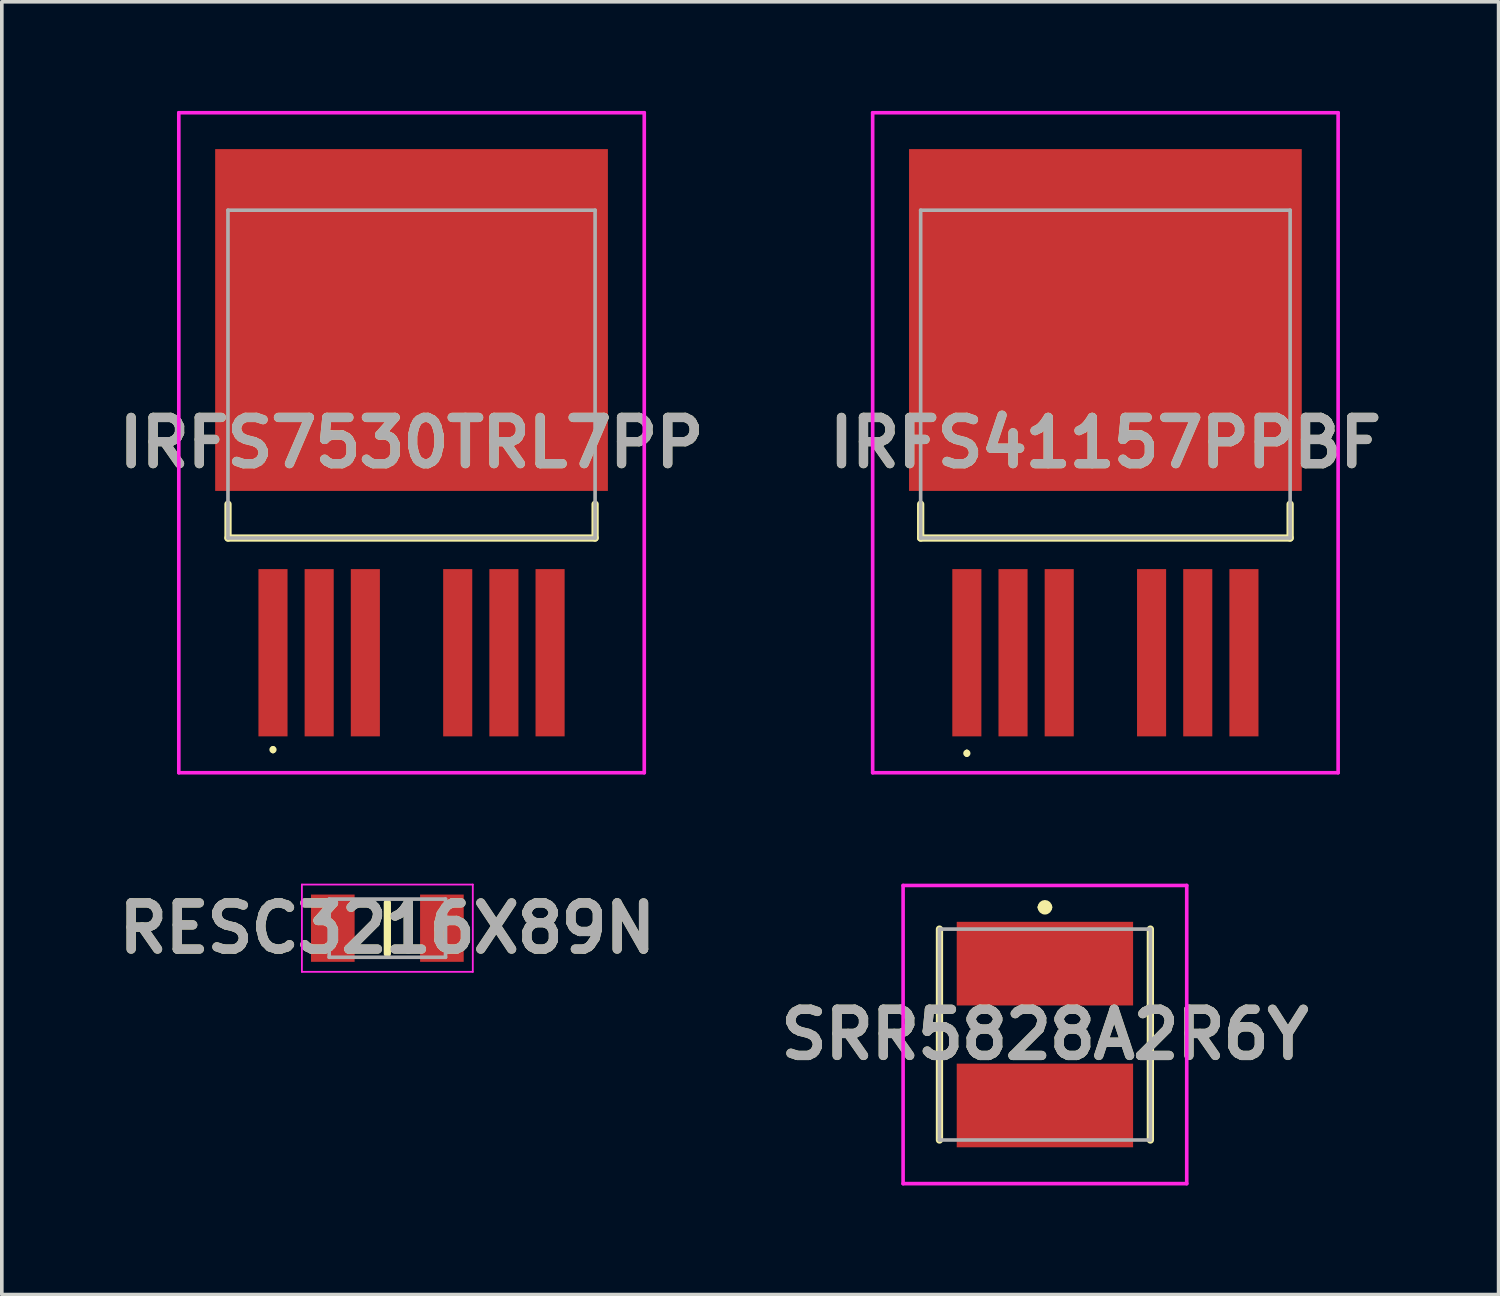
<source format=kicad_pcb>
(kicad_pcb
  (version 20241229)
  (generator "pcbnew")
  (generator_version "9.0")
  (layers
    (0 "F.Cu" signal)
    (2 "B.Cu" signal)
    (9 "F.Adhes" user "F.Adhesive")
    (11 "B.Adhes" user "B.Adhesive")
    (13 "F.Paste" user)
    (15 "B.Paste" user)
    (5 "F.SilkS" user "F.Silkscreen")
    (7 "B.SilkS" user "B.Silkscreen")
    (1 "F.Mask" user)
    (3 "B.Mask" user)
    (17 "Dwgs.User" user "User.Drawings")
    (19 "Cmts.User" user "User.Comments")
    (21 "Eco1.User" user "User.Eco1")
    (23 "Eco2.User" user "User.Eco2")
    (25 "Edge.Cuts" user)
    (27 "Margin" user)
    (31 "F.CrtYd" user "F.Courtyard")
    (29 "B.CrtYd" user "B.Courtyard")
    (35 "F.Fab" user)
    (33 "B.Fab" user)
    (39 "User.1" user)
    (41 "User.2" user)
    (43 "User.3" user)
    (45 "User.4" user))
  (footprint "SRR5828A2R6Y"
    (layer "F.Cu")
    (at 25.685 25.4)
    (property "Reference" "SRR5828A2R6Y" (at 0 0 0) (layer "F.SilkS") (effects (font (size 1.27 1.27) (thickness 0.254))))
    (attr smd)
    (fp_line (start -2.9 -2.9) (end -2.9 2.9) (stroke (width 0.2) (type solid)) (layer "F.SilkS"))
    (fp_line (start -0.1 -3.5) (end -0.1 -3.5) (stroke (width 0.2) (type solid)) (layer "F.SilkS"))
    (fp_line (start 0.1 -3.5) (end 0.1 -3.5) (stroke (width 0.2) (type solid)) (layer "F.SilkS"))
    (fp_line (start 2.9 -2.9) (end 2.9 2.9) (stroke (width 0.2) (type solid)) (layer "F.SilkS"))
    (fp_arc (start -0.1 -3.5) (mid 0 -3.6) (end 0.1 -3.5) (stroke (width 0.2) (type solid)) (layer "F.SilkS"))
    (fp_arc (start 0.1 -3.5) (mid 0 -3.4) (end -0.1 -3.5) (stroke (width 0.2) (type solid)) (layer "F.SilkS"))
    (fp_line (start -3.9 -4.1) (end 3.9 -4.1) (stroke (width 0.1) (type solid)) (layer "F.CrtYd"))
    (fp_line (start -3.9 4.1) (end -3.9 -4.1) (stroke (width 0.1) (type solid)) (layer "F.CrtYd"))
    (fp_line (start 3.9 -4.1) (end 3.9 4.1) (stroke (width 0.1) (type solid)) (layer "F.CrtYd"))
    (fp_line (start 3.9 4.1) (end -3.9 4.1) (stroke (width 0.1) (type solid)) (layer "F.CrtYd"))
    (fp_line (start -2.9 -2.9) (end 2.9 -2.9) (stroke (width 0.1) (type solid)) (layer "F.Fab"))
    (fp_line (start -2.9 2.9) (end -2.9 -2.9) (stroke (width 0.1) (type solid)) (layer "F.Fab"))
    (fp_line (start 2.9 -2.9) (end 2.9 2.9) (stroke (width 0.1) (type solid)) (layer "F.Fab"))
    (fp_line (start 2.9 2.9) (end -2.9 2.9) (stroke (width 0.1) (type solid)) (layer "F.Fab"))
    (fp_text user "${REFERENCE}" (at 0 0 0) (layer "F.Fab") (effects (font (size 1.27 1.27) (thickness 0.254))))
    (pad "1" smd rect (at 0 -1.95 90) (size 2.3 4.85) (layers "F.Cu" "F.Mask" "F.Paste"))
    (pad "2" smd rect (at 0 1.95 90) (size 2.3 4.85) (layers "F.Cu" "F.Mask" "F.Paste")))
  (footprint "IRFS7530TRL7PP"
    (layer "F.Cu")
    (at 8.267 8.815)
    (property "Reference" "IRFS7530TRL7PP" (at 0 0.31 0) (layer "F.SilkS") (effects (font (size 1.27 1.27) (thickness 0.254))))
    (attr smd)
    (fp_line (start -5.047 2) (end -5.047 2.93) (stroke (width 0.2) (type solid)) (layer "F.SilkS"))
    (fp_line (start -5.047 2.93) (end 5.048 2.93) (stroke (width 0.2) (type solid)) (layer "F.SilkS"))
    (fp_line (start -3.81 8.7) (end -3.81 8.7) (stroke (width 0.1) (type solid)) (layer "F.SilkS"))
    (fp_line (start -3.81 8.8) (end -3.81 8.8) (stroke (width 0.1) (type solid)) (layer "F.SilkS"))
    (fp_line (start 5.048 2.93) (end 5.048 2) (stroke (width 0.2) (type solid)) (layer "F.SilkS"))
    (fp_arc (start -3.81 8.7) (mid -3.76 8.75) (end -3.81 8.8) (stroke (width 0.1) (type solid)) (layer "F.SilkS"))
    (fp_arc (start -3.81 8.8) (mid -3.86 8.75) (end -3.81 8.7) (stroke (width 0.1) (type solid)) (layer "F.SilkS"))
    (fp_line (start -6.4 -8.765) (end 6.4 -8.765) (stroke (width 0.1) (type solid)) (layer "F.CrtYd"))
    (fp_line (start -6.4 9.385) (end -6.4 -8.765) (stroke (width 0.1) (type solid)) (layer "F.CrtYd"))
    (fp_line (start 6.4 -8.765) (end 6.4 9.385) (stroke (width 0.1) (type solid)) (layer "F.CrtYd"))
    (fp_line (start 6.4 9.385) (end -6.4 9.385) (stroke (width 0.1) (type solid)) (layer "F.CrtYd"))
    (fp_line (start -5.048 -6.085) (end 5.048 -6.085) (stroke (width 0.1) (type solid)) (layer "F.Fab"))
    (fp_line (start -5.048 2.93) (end -5.048 -6.085) (stroke (width 0.1) (type solid)) (layer "F.Fab"))
    (fp_line (start 5.048 -6.085) (end 5.048 2.93) (stroke (width 0.1) (type solid)) (layer "F.Fab"))
    (fp_line (start 5.048 2.93) (end -5.048 2.93) (stroke (width 0.1) (type solid)) (layer "F.Fab"))
    (fp_text user "${REFERENCE}" (at 0 0.31 0) (layer "F.Fab") (effects (font (size 1.27 1.27) (thickness 0.254))))
    (pad "1" smd rect (at -3.81 6.085) (size 0.8 4.6) (layers "F.Cu" "F.Mask" "F.Paste"))
    (pad "2" smd rect (at -2.54 6.085) (size 0.8 4.6) (layers "F.Cu" "F.Mask" "F.Paste"))
    (pad "3" smd rect (at -1.27 6.085) (size 0.8 4.6) (layers "F.Cu" "F.Mask" "F.Paste"))
    (pad "4" smd rect (at 0 -3.065 90) (size 9.4 10.8) (layers "F.Cu" "F.Mask" "F.Paste"))
    (pad "5" smd rect (at 1.27 6.085) (size 0.8 4.6) (layers "F.Cu" "F.Mask" "F.Paste"))
    (pad "6" smd rect (at 2.54 6.085) (size 0.8 4.6) (layers "F.Cu" "F.Mask" "F.Paste"))
    (pad "7" smd rect (at 3.81 6.085) (size 0.8 4.6) (layers "F.Cu" "F.Mask" "F.Paste")))
  (footprint "IRFS41157PPBF"
    (layer "F.Cu")
    (at 27.348 9.125)
    (property "Reference" "IRFS41157PPBF" (at 0 0 0) (layer "F.SilkS") (effects (font (size 1.27 1.27) (thickness 0.254))))
    (attr smd)
    (fp_line (start -5.08 1.69) (end -5.08 2.62) (stroke (width 0.2) (type solid)) (layer "F.SilkS"))
    (fp_line (start -5.08 2.62) (end 5.08 2.62) (stroke (width 0.2) (type solid)) (layer "F.SilkS"))
    (fp_line (start -3.81 8.49) (end -3.81 8.49) (stroke (width 0.1) (type solid)) (layer "F.SilkS"))
    (fp_line (start -3.81 8.59) (end -3.81 8.59) (stroke (width 0.1) (type solid)) (layer "F.SilkS"))
    (fp_line (start 5.08 2.62) (end 5.08 1.69) (stroke (width 0.2) (type solid)) (layer "F.SilkS"))
    (fp_arc (start -3.81 8.49) (mid -3.76 8.54) (end -3.81 8.59) (stroke (width 0.1) (type solid)) (layer "F.SilkS"))
    (fp_arc (start -3.81 8.59) (mid -3.86 8.54) (end -3.81 8.49) (stroke (width 0.1) (type solid)) (layer "F.SilkS"))
    (fp_line (start -6.4 -9.075) (end 6.4 -9.075) (stroke (width 0.1) (type solid)) (layer "F.CrtYd"))
    (fp_line (start -6.4 9.075) (end -6.4 -9.075) (stroke (width 0.1) (type solid)) (layer "F.CrtYd"))
    (fp_line (start 6.4 -9.075) (end 6.4 9.075) (stroke (width 0.1) (type solid)) (layer "F.CrtYd"))
    (fp_line (start 6.4 9.075) (end -6.4 9.075) (stroke (width 0.1) (type solid)) (layer "F.CrtYd"))
    (fp_line (start -5.08 -6.395) (end 5.08 -6.395) (stroke (width 0.1) (type solid)) (layer "F.Fab"))
    (fp_line (start -5.08 2.62) (end -5.08 -6.395) (stroke (width 0.1) (type solid)) (layer "F.Fab"))
    (fp_line (start 5.08 -6.395) (end 5.08 2.62) (stroke (width 0.1) (type solid)) (layer "F.Fab"))
    (fp_line (start 5.08 2.62) (end -5.08 2.62) (stroke (width 0.1) (type solid)) (layer "F.Fab"))
    (fp_text user "${REFERENCE}" (at 0 0 0) (layer "F.Fab") (effects (font (size 1.27 1.27) (thickness 0.254))))
    (pad "1" smd rect (at -3.81 5.775) (size 0.8 4.6) (layers "F.Cu" "F.Mask" "F.Paste"))
    (pad "2" smd rect (at -2.54 5.775) (size 0.8 4.6) (layers "F.Cu" "F.Mask" "F.Paste"))
    (pad "3" smd rect (at -1.27 5.775) (size 0.8 4.6) (layers "F.Cu" "F.Mask" "F.Paste"))
    (pad "4" smd rect (at 0 -3.375 90) (size 9.4 10.8) (layers "F.Cu" "F.Mask" "F.Paste"))
    (pad "5" smd rect (at 1.27 5.775) (size 0.8 4.6) (layers "F.Cu" "F.Mask" "F.Paste"))
    (pad "6" smd rect (at 2.54 5.775) (size 0.8 4.6) (layers "F.Cu" "F.Mask" "F.Paste"))
    (pad "7" smd rect (at 3.81 5.775) (size 0.8 4.6) (layers "F.Cu" "F.Mask" "F.Paste")))
  (footprint "RESC3216X89N"
    (layer "F.Cu")
    (at 7.602 22.475)
    (property "Reference" "RESC3216X89N" (at 0 0 0) (layer "F.SilkS") (effects (font (size 1.27 1.27) (thickness 0.254))))
    (attr smd)
    (fp_line (start 0 -0.7) (end 0 0.7) (stroke (width 0.2) (type solid)) (layer "F.SilkS"))
    (fp_line (start -2.35 -1.2) (end 2.35 -1.2) (stroke (width 0.05) (type solid)) (layer "F.CrtYd"))
    (fp_line (start -2.35 1.2) (end -2.35 -1.2) (stroke (width 0.05) (type solid)) (layer "F.CrtYd"))
    (fp_line (start 2.35 -1.2) (end 2.35 1.2) (stroke (width 0.05) (type solid)) (layer "F.CrtYd"))
    (fp_line (start 2.35 1.2) (end -2.35 1.2) (stroke (width 0.05) (type solid)) (layer "F.CrtYd"))
    (fp_line (start -1.6 -0.8) (end 1.6 -0.8) (stroke (width 0.1) (type solid)) (layer "F.Fab"))
    (fp_line (start -1.6 0.8) (end -1.6 -0.8) (stroke (width 0.1) (type solid)) (layer "F.Fab"))
    (fp_line (start 1.6 -0.8) (end 1.6 0.8) (stroke (width 0.1) (type solid)) (layer "F.Fab"))
    (fp_line (start 1.6 0.8) (end -1.6 0.8) (stroke (width 0.1) (type solid)) (layer "F.Fab"))
    (fp_text user "${REFERENCE}" (at 0 0 0) (layer "F.Fab") (effects (font (size 1.27 1.27) (thickness 0.254))))
    (pad "1" smd rect (at -1.5 0) (size 1.2 1.85) (layers "F.Cu" "F.Mask" "F.Paste"))
    (pad "2" smd rect (at 1.5 0) (size 1.2 1.85) (layers "F.Cu" "F.Mask" "F.Paste")))
  (gr_rect
    (start -3 -3)
    (end 38.161 32.55)
    (stroke (width 0.1) (type default))
    (fill no)
    (layer "Edge.Cuts")))
</source>
